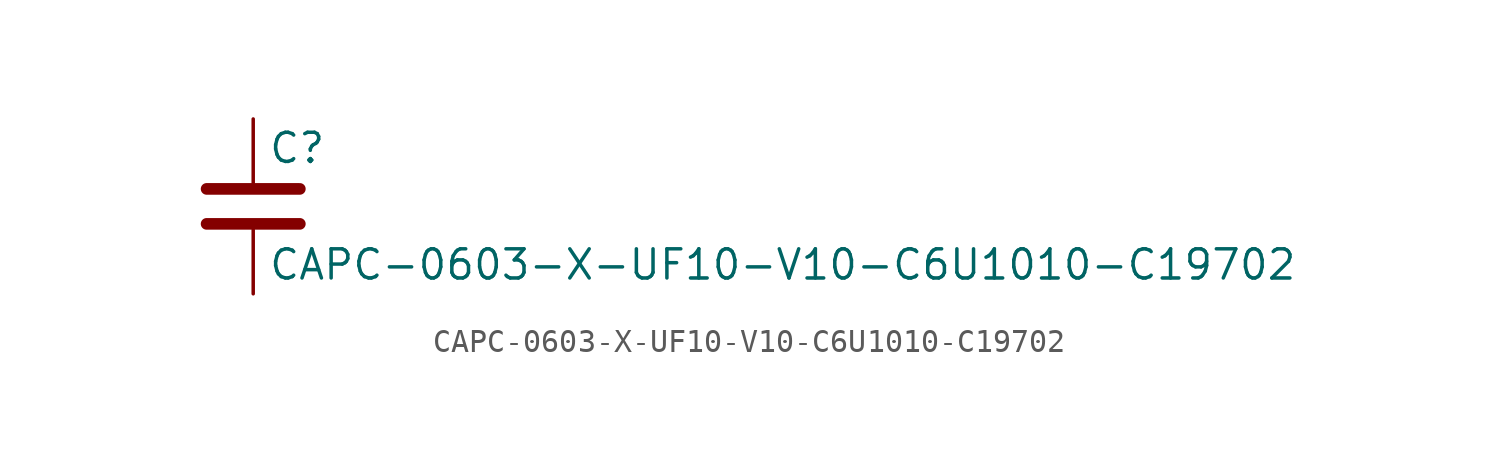
<source format=kicad_sym>
(kicad_symbol_lib
  (version 20211014)
  (generator kicad_symbol_editor)
  (symbol "CAPC-0603-X-UF10-V10-C6U1010-C19702"
    (pin_numbers hide)
    (pin_names
      (offset 0.254))
    (property "Reference" "C"
      (at 0.635 2.54 0)
      (effects (font (size 1.27 1.27)) (justify left)))
    (property "Value" "CAPC-0603-X-UF10-V10-C6U1010-C19702"
      (at 0.635 -2.54 0)
      (effects (font (size 1.27 1.27)) (justify left)))
    (symbol "CAPC-0603-X-UF10-V10-C6U1010-C19702_0_1"
      (polyline (pts (xy -2.032 -0.762) (xy 2.032 -0.762)) (stroke (width 0.508) (type default) (color 0 0 0 0)) (fill (type none)))
      (polyline (pts (xy -2.032 0.762) (xy 2.032 0.762)) (stroke (width 0.508) (type default) (color 0 0 0 0)) (fill (type none))))
    (symbol "CAPC-0603-X-UF10-V10-C6U1010-C19702_1_1"
      (pin passive line (at 0 3.81 270) (length 2.794) (name "~" (effects (font (size 1.27 1.27)))) (number "1" (effects (font (size 1.27 1.27)))))
      (pin passive line (at 0 -3.81 90) (length 2.794) (name "~" (effects (font (size 1.27 1.27)))) (number "2" (effects (font (size 1.27 1.27))))))))
</source>
